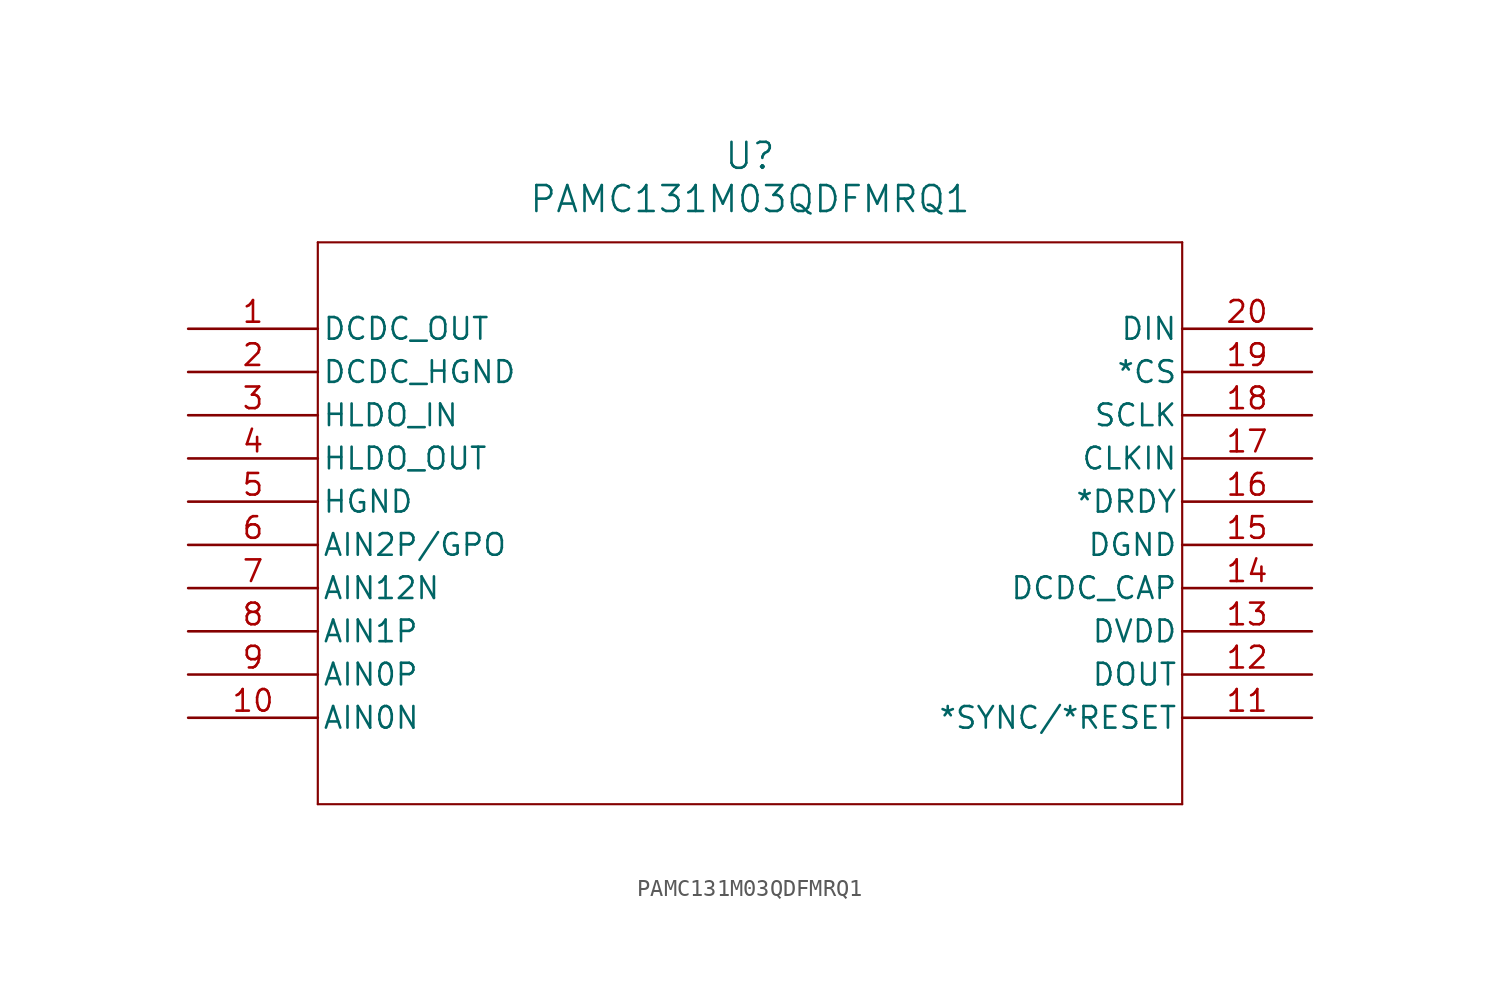
<source format=kicad_sym>
(kicad_symbol_lib
  (version 20211014)
  (generator kicad_symbol_editor)
  (symbol "PAMC131M03QDFMRQ1"
    (pin_names
      (offset 0.254))
    (property "Reference" "U"
      (at 33.02 10.16 0)
      (effects (font (size 1.524 1.524))))
    (property "Value" "PAMC131M03QDFMRQ1"
      (at 33.02 7.62 0)
      (effects (font (size 1.524 1.524))))
    (symbol "PAMC131M03QDFMRQ1_0_1"
      (polyline (pts (xy 7.62 5.08) (xy 7.62 -27.94)) (stroke (width 0.127) (type default) (color 0 0 0 0)) (fill (type none)))
      (polyline (pts (xy 7.62 -27.94) (xy 58.42 -27.94)) (stroke (width 0.127) (type default) (color 0 0 0 0)) (fill (type none)))
      (polyline (pts (xy 58.42 -27.94) (xy 58.42 5.08)) (stroke (width 0.127) (type default) (color 0 0 0 0)) (fill (type none)))
      (polyline (pts (xy 58.42 5.08) (xy 7.62 5.08)) (stroke (width 0.127) (type default) (color 0 0 0 0)) (fill (type none)))
      (pin power_in line (at 0 0 0) (length 7.62) (name "DCDC_OUT" (effects (font (size 1.27 1.27)))) (number "1" (effects (font (size 1.27 1.27)))))
      (pin power_out line (at 0 -2.54 0) (length 7.62) (name "DCDC_HGND" (effects (font (size 1.27 1.27)))) (number "2" (effects (font (size 1.27 1.27)))))
      (pin power_in line (at 0 -5.08 0) (length 7.62) (name "HLDO_IN" (effects (font (size 1.27 1.27)))) (number "3" (effects (font (size 1.27 1.27)))))
      (pin power_in line (at 0 -7.62 0) (length 7.62) (name "HLDO_OUT" (effects (font (size 1.27 1.27)))) (number "4" (effects (font (size 1.27 1.27)))))
      (pin power_out line (at 0 -10.16 0) (length 7.62) (name "HGND" (effects (font (size 1.27 1.27)))) (number "5" (effects (font (size 1.27 1.27)))))
      (pin input line (at 0 -12.7 0) (length 7.62) (name "AIN2P/GPO" (effects (font (size 1.27 1.27)))) (number "6" (effects (font (size 1.27 1.27)))))
      (pin input line (at 0 -15.24 0) (length 7.62) (name "AIN12N" (effects (font (size 1.27 1.27)))) (number "7" (effects (font (size 1.27 1.27)))))
      (pin input line (at 0 -17.78 0) (length 7.62) (name "AIN1P" (effects (font (size 1.27 1.27)))) (number "8" (effects (font (size 1.27 1.27)))))
      (pin input line (at 0 -20.32 0) (length 7.62) (name "AIN0P" (effects (font (size 1.27 1.27)))) (number "9" (effects (font (size 1.27 1.27)))))
      (pin input line (at 0 -22.86 0) (length 7.62) (name "AIN0N" (effects (font (size 1.27 1.27)))) (number "10" (effects (font (size 1.27 1.27)))))
      (pin input line (at 66.04 -22.86 180) (length 7.62) (name "*SYNC/*RESET" (effects (font (size 1.27 1.27)))) (number "11" (effects (font (size 1.27 1.27)))))
      (pin output line (at 66.04 -20.32 180) (length 7.62) (name "DOUT" (effects (font (size 1.27 1.27)))) (number "12" (effects (font (size 1.27 1.27)))))
      (pin power_in line (at 66.04 -17.78 180) (length 7.62) (name "DVDD" (effects (font (size 1.27 1.27)))) (number "13" (effects (font (size 1.27 1.27)))))
      (pin power_in line (at 66.04 -15.24 180) (length 7.62) (name "DCDC_CAP" (effects (font (size 1.27 1.27)))) (number "14" (effects (font (size 1.27 1.27)))))
      (pin power_out line (at 66.04 -12.7 180) (length 7.62) (name "DGND" (effects (font (size 1.27 1.27)))) (number "15" (effects (font (size 1.27 1.27)))))
      (pin output line (at 66.04 -10.16 180) (length 7.62) (name "*DRDY" (effects (font (size 1.27 1.27)))) (number "16" (effects (font (size 1.27 1.27)))))
      (pin input line (at 66.04 -7.62 180) (length 7.62) (name "CLKIN" (effects (font (size 1.27 1.27)))) (number "17" (effects (font (size 1.27 1.27)))))
      (pin input line (at 66.04 -5.08 180) (length 7.62) (name "SCLK" (effects (font (size 1.27 1.27)))) (number "18" (effects (font (size 1.27 1.27)))))
      (pin input line (at 66.04 -2.54 180) (length 7.62) (name "*CS" (effects (font (size 1.27 1.27)))) (number "19" (effects (font (size 1.27 1.27)))))
      (pin input line (at 66.04 0 180) (length 7.62) (name "DIN" (effects (font (size 1.27 1.27)))) (number "20" (effects (font (size 1.27 1.27))))))))
</source>
